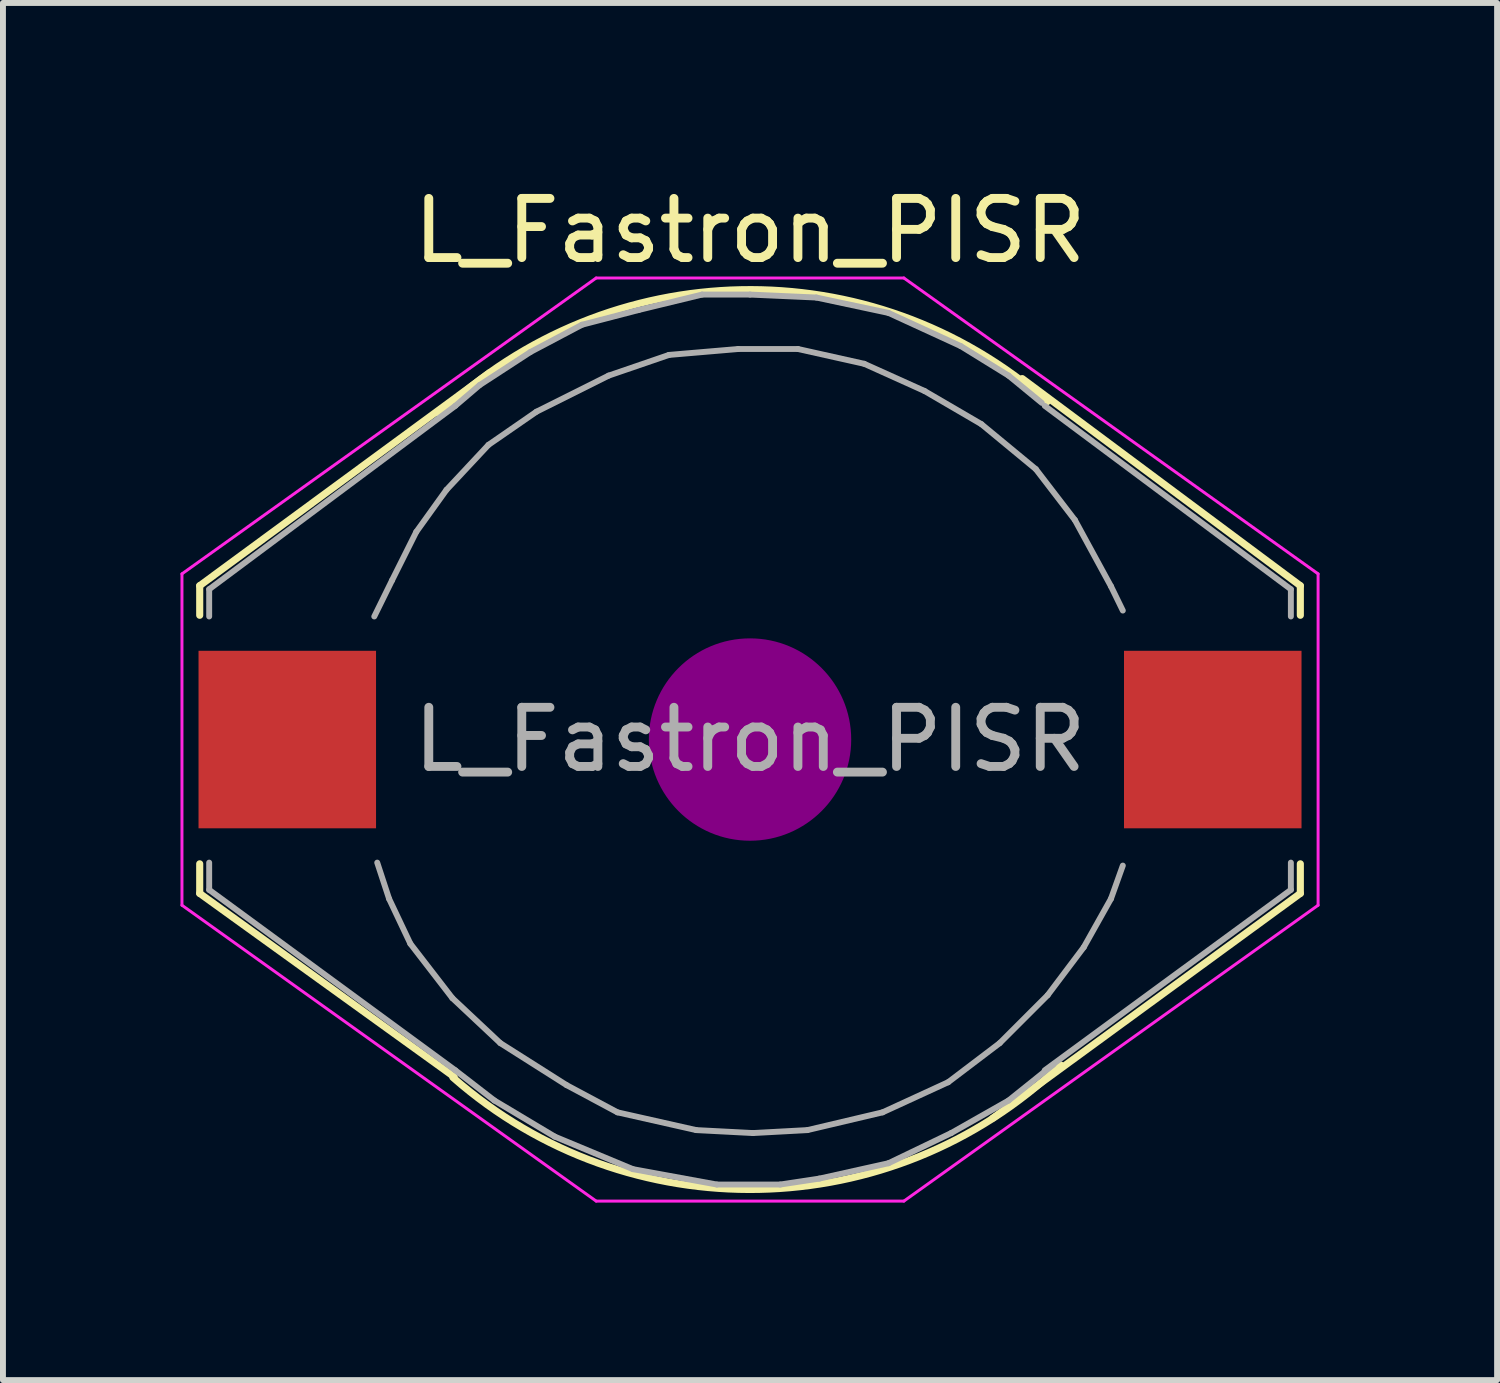
<source format=kicad_pcb>
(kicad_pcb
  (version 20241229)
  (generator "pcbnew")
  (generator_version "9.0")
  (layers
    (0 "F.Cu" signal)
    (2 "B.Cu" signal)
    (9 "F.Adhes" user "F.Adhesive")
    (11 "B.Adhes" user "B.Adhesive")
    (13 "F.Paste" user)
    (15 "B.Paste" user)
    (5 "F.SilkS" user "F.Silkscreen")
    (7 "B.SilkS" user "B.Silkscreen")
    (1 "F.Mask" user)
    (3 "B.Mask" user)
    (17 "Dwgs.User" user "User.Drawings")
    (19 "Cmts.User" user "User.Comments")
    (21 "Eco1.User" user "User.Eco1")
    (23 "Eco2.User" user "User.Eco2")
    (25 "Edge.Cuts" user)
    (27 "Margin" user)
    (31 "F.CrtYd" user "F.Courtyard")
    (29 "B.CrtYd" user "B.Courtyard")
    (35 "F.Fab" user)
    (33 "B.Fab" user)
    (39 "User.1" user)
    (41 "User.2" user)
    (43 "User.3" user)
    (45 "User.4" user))
  (footprint "L_Fastron_PISR"
    (layer "F.Cu")
    (at 9.625 9.448)
    (property "Reference" "L_Fastron_PISR" (at 0 -8.6 0) (layer "F.SilkS") (effects (font (size 1 1) (thickness 0.15))))
    (attr smd)
    (fp_line (start -9.3 -2.6) (end -9.3 -2.1) (stroke (width 0.12) (type solid)) (layer "F.SilkS"))
    (fp_line (start -9.3 -2.6) (end -4.4 -6.2) (stroke (width 0.12) (type solid)) (layer "F.SilkS"))
    (fp_line (start -9.3 2.6) (end -9.3 2.1) (stroke (width 0.12) (type solid)) (layer "F.SilkS"))
    (fp_line (start -5 5.7) (end -9.3 2.6) (stroke (width 0.12) (type solid)) (layer "F.SilkS"))
    (fp_line (start 4.1 6.4) (end 9.3 2.6) (stroke (width 0.12) (type solid)) (layer "F.SilkS"))
    (fp_line (start 4.6 -6.1) (end 9.3 -2.6) (stroke (width 0.12) (type solid)) (layer "F.SilkS"))
    (fp_line (start 9.3 -2.6) (end 9.3 -2.1) (stroke (width 0.12) (type solid)) (layer "F.SilkS"))
    (fp_line (start 9.3 2.6) (end 9.3 2.1) (stroke (width 0.12) (type solid)) (layer "F.SilkS"))
    (fp_arc (start -5.25 -5.5) (mid -0.15496 -7.601874) (end 5.021503 -5.709379) (stroke (width 0.12) (type solid)) (layer "F.SilkS"))
    (fp_arc (start 5.25 5.5) (mid 0.15496 7.601874) (end -5.021503 5.709379) (stroke (width 0.12) (type solid)) (layer "F.SilkS"))
    (fp_line (start 0 -0.25) (end 0 0.25) (stroke (width 0.38) (type solid)) (layer "F.Adhes"))
    (fp_circle (center 0 0) (end 0 0.25) (stroke (width 0.38) (type solid)) (fill no) (layer "F.Adhes"))
    (fp_circle (center 0 0) (end 0 0.51) (stroke (width 0.38) (type solid)) (fill no) (layer "F.Adhes"))
    (fp_circle (center 0 0) (end 0 0.76) (stroke (width 0.38) (type solid)) (fill no) (layer "F.Adhes"))
    (fp_circle (center 0 0) (end 0 1.02) (stroke (width 0.38) (type solid)) (fill no) (layer "F.Adhes"))
    (fp_circle (center 0 0) (end 0 1.27) (stroke (width 0.38) (type solid)) (fill no) (layer "F.Adhes"))
    (fp_circle (center 0 0) (end 0 1.52) (stroke (width 0.38) (type solid)) (fill no) (layer "F.Adhes"))
    (fp_line (start -9.6 -2.8) (end -2.6 -7.8) (stroke (width 0.05) (type solid)) (layer "F.CrtYd"))
    (fp_line (start -9.6 2.8) (end -9.6 -2.8) (stroke (width 0.05) (type solid)) (layer "F.CrtYd"))
    (fp_line (start -2.6 -7.8) (end 2.6 -7.8) (stroke (width 0.05) (type solid)) (layer "F.CrtYd"))
    (fp_line (start -2.6 7.8) (end -9.6 2.8) (stroke (width 0.05) (type solid)) (layer "F.CrtYd"))
    (fp_line (start 2.6 -7.8) (end 9.6 -2.8) (stroke (width 0.05) (type solid)) (layer "F.CrtYd"))
    (fp_line (start 2.6 7.8) (end -2.6 7.8) (stroke (width 0.05) (type solid)) (layer "F.CrtYd"))
    (fp_line (start 9.6 -2.8) (end 9.6 2.8) (stroke (width 0.05) (type solid)) (layer "F.CrtYd"))
    (fp_line (start 9.6 2.8) (end 2.6 7.8) (stroke (width 0.05) (type solid)) (layer "F.CrtYd"))
    (fp_line (start -9.14 -2.54) (end -4.98 -5.64) (stroke (width 0.1) (type solid)) (layer "F.Fab"))
    (fp_line (start -9.14 -2.08) (end -9.14 -2.54) (stroke (width 0.1) (type solid)) (layer "F.Fab"))
    (fp_line (start -9.14 2.08) (end -9.14 2.54) (stroke (width 0.1) (type solid)) (layer "F.Fab"))
    (fp_line (start -9.14 2.54) (end -4.98 5.59) (stroke (width 0.1) (type solid)) (layer "F.Fab"))
    (fp_line (start -6.35 -2.08) (end -6.05 -2.69) (stroke (width 0.1) (type solid)) (layer "F.Fab"))
    (fp_line (start -6.3 2.08) (end -6.1 2.69) (stroke (width 0.1) (type solid)) (layer "F.Fab"))
    (fp_line (start -6.1 2.69) (end -5.74 3.45) (stroke (width 0.1) (type solid)) (layer "F.Fab"))
    (fp_line (start -6.05 -2.69) (end -5.64 -3.51) (stroke (width 0.1) (type solid)) (layer "F.Fab"))
    (fp_line (start -5.74 3.45) (end -5.03 4.37) (stroke (width 0.1) (type solid)) (layer "F.Fab"))
    (fp_line (start -5.64 -3.51) (end -5.13 -4.22) (stroke (width 0.1) (type solid)) (layer "F.Fab"))
    (fp_line (start -5.13 -4.22) (end -4.42 -4.98) (stroke (width 0.1) (type solid)) (layer "F.Fab"))
    (fp_line (start -5.03 4.37) (end -4.22 5.13) (stroke (width 0.1) (type solid)) (layer "F.Fab"))
    (fp_line (start -4.98 -5.64) (end -4.57 -5.99) (stroke (width 0.1) (type solid)) (layer "F.Fab"))
    (fp_line (start -4.98 5.59) (end -4.32 6.1) (stroke (width 0.1) (type solid)) (layer "F.Fab"))
    (fp_line (start -4.57 -5.99) (end -3.71 -6.55) (stroke (width 0.1) (type solid)) (layer "F.Fab"))
    (fp_line (start -4.42 -4.98) (end -3.61 -5.54) (stroke (width 0.1) (type solid)) (layer "F.Fab"))
    (fp_line (start -4.32 6.1) (end -3.3 6.71) (stroke (width 0.1) (type solid)) (layer "F.Fab"))
    (fp_line (start -4.22 5.13) (end -3.1 5.84) (stroke (width 0.1) (type solid)) (layer "F.Fab"))
    (fp_line (start -3.71 -6.55) (end -2.84 -7.01) (stroke (width 0.1) (type solid)) (layer "F.Fab"))
    (fp_line (start -3.61 -5.54) (end -2.39 -6.15) (stroke (width 0.1) (type solid)) (layer "F.Fab"))
    (fp_line (start -3.3 6.71) (end -1.98 7.26) (stroke (width 0.1) (type solid)) (layer "F.Fab"))
    (fp_line (start -3.1 5.84) (end -2.24 6.3) (stroke (width 0.1) (type solid)) (layer "F.Fab"))
    (fp_line (start -2.84 -7.01) (end -1.88 -7.26) (stroke (width 0.1) (type solid)) (layer "F.Fab"))
    (fp_line (start -2.39 -6.15) (end -1.37 -6.5) (stroke (width 0.1) (type solid)) (layer "F.Fab"))
    (fp_line (start -2.24 6.3) (end -0.91 6.6) (stroke (width 0.1) (type solid)) (layer "F.Fab"))
    (fp_line (start -1.98 7.26) (end -0.56 7.52) (stroke (width 0.1) (type solid)) (layer "F.Fab"))
    (fp_line (start -1.88 -7.26) (end -0.81 -7.52) (stroke (width 0.1) (type solid)) (layer "F.Fab"))
    (fp_line (start -1.37 -6.5) (end -0.2 -6.6) (stroke (width 0.1) (type solid)) (layer "F.Fab"))
    (fp_line (start -0.91 6.6) (end 0.05 6.65) (stroke (width 0.1) (type solid)) (layer "F.Fab"))
    (fp_line (start -0.81 -7.52) (end 0 -7.52) (stroke (width 0.1) (type solid)) (layer "F.Fab"))
    (fp_line (start -0.56 7.52) (end 0.51 7.52) (stroke (width 0.1) (type solid)) (layer "F.Fab"))
    (fp_line (start -0.2 -6.6) (end 0.81 -6.6) (stroke (width 0.1) (type solid)) (layer "F.Fab"))
    (fp_line (start 0 -7.52) (end 1.12 -7.47) (stroke (width 0.1) (type solid)) (layer "F.Fab"))
    (fp_line (start 0.05 6.65) (end 0.97 6.6) (stroke (width 0.1) (type solid)) (layer "F.Fab"))
    (fp_line (start 0.51 7.52) (end 1.17 7.42) (stroke (width 0.1) (type solid)) (layer "F.Fab"))
    (fp_line (start 0.81 -6.6) (end 1.93 -6.35) (stroke (width 0.1) (type solid)) (layer "F.Fab"))
    (fp_line (start 0.97 6.6) (end 2.24 6.3) (stroke (width 0.1) (type solid)) (layer "F.Fab"))
    (fp_line (start 1.12 -7.47) (end 2.34 -7.21) (stroke (width 0.1) (type solid)) (layer "F.Fab"))
    (fp_line (start 1.17 7.42) (end 2.34 7.16) (stroke (width 0.1) (type solid)) (layer "F.Fab"))
    (fp_line (start 1.93 -6.35) (end 2.95 -5.89) (stroke (width 0.1) (type solid)) (layer "F.Fab"))
    (fp_line (start 2.24 6.3) (end 3.35 5.79) (stroke (width 0.1) (type solid)) (layer "F.Fab"))
    (fp_line (start 2.34 -7.21) (end 3.56 -6.65) (stroke (width 0.1) (type solid)) (layer "F.Fab"))
    (fp_line (start 2.34 7.16) (end 3.4 6.65) (stroke (width 0.1) (type solid)) (layer "F.Fab"))
    (fp_line (start 2.95 -5.89) (end 3.91 -5.33) (stroke (width 0.1) (type solid)) (layer "F.Fab"))
    (fp_line (start 3.35 5.79) (end 4.22 5.13) (stroke (width 0.1) (type solid)) (layer "F.Fab"))
    (fp_line (start 3.4 6.65) (end 4.37 6.1) (stroke (width 0.1) (type solid)) (layer "F.Fab"))
    (fp_line (start 3.56 -6.65) (end 4.37 -6.15) (stroke (width 0.1) (type solid)) (layer "F.Fab"))
    (fp_line (start 3.91 -5.33) (end 4.83 -4.57) (stroke (width 0.1) (type solid)) (layer "F.Fab"))
    (fp_line (start 4.22 5.13) (end 5.03 4.32) (stroke (width 0.1) (type solid)) (layer "F.Fab"))
    (fp_line (start 4.37 -6.15) (end 4.93 -5.69) (stroke (width 0.1) (type solid)) (layer "F.Fab"))
    (fp_line (start 4.37 6.1) (end 5.13 5.49) (stroke (width 0.1) (type solid)) (layer "F.Fab"))
    (fp_line (start 4.83 -4.57) (end 5.49 -3.71) (stroke (width 0.1) (type solid)) (layer "F.Fab"))
    (fp_line (start 5.03 4.32) (end 5.64 3.51) (stroke (width 0.1) (type solid)) (layer "F.Fab"))
    (fp_line (start 5.49 -3.71) (end 6.1 -2.59) (stroke (width 0.1) (type solid)) (layer "F.Fab"))
    (fp_line (start 5.64 3.51) (end 6.1 2.69) (stroke (width 0.1) (type solid)) (layer "F.Fab"))
    (fp_line (start 6.1 -2.59) (end 6.3 -2.18) (stroke (width 0.1) (type solid)) (layer "F.Fab"))
    (fp_line (start 6.1 2.69) (end 6.3 2.13) (stroke (width 0.1) (type solid)) (layer "F.Fab"))
    (fp_line (start 9.14 -2.54) (end 4.98 -5.64) (stroke (width 0.1) (type solid)) (layer "F.Fab"))
    (fp_line (start 9.14 -2.08) (end 9.14 -2.54) (stroke (width 0.1) (type solid)) (layer "F.Fab"))
    (fp_line (start 9.14 2.08) (end 9.14 2.54) (stroke (width 0.1) (type solid)) (layer "F.Fab"))
    (fp_line (start 9.14 2.54) (end 4.98 5.59) (stroke (width 0.1) (type solid)) (layer "F.Fab"))
    (fp_text user "${REFERENCE}" (at 0 0 0) (layer "F.Fab") (effects (font (size 1 1) (thickness 0.15))))
    (pad "1" smd rect (at 7.82 0) (size 3 3) (layers "F.Cu" "F.Mask" "F.Paste"))
    (pad "2" smd rect (at -7.82 0) (size 3 3) (layers "F.Cu" "F.Mask" "F.Paste")))
  (gr_rect
    (start -3 -3)
    (end 22.25 20.273)
    (stroke (width 0.1) (type default))
    (fill no)
    (layer "Edge.Cuts")))
</source>
